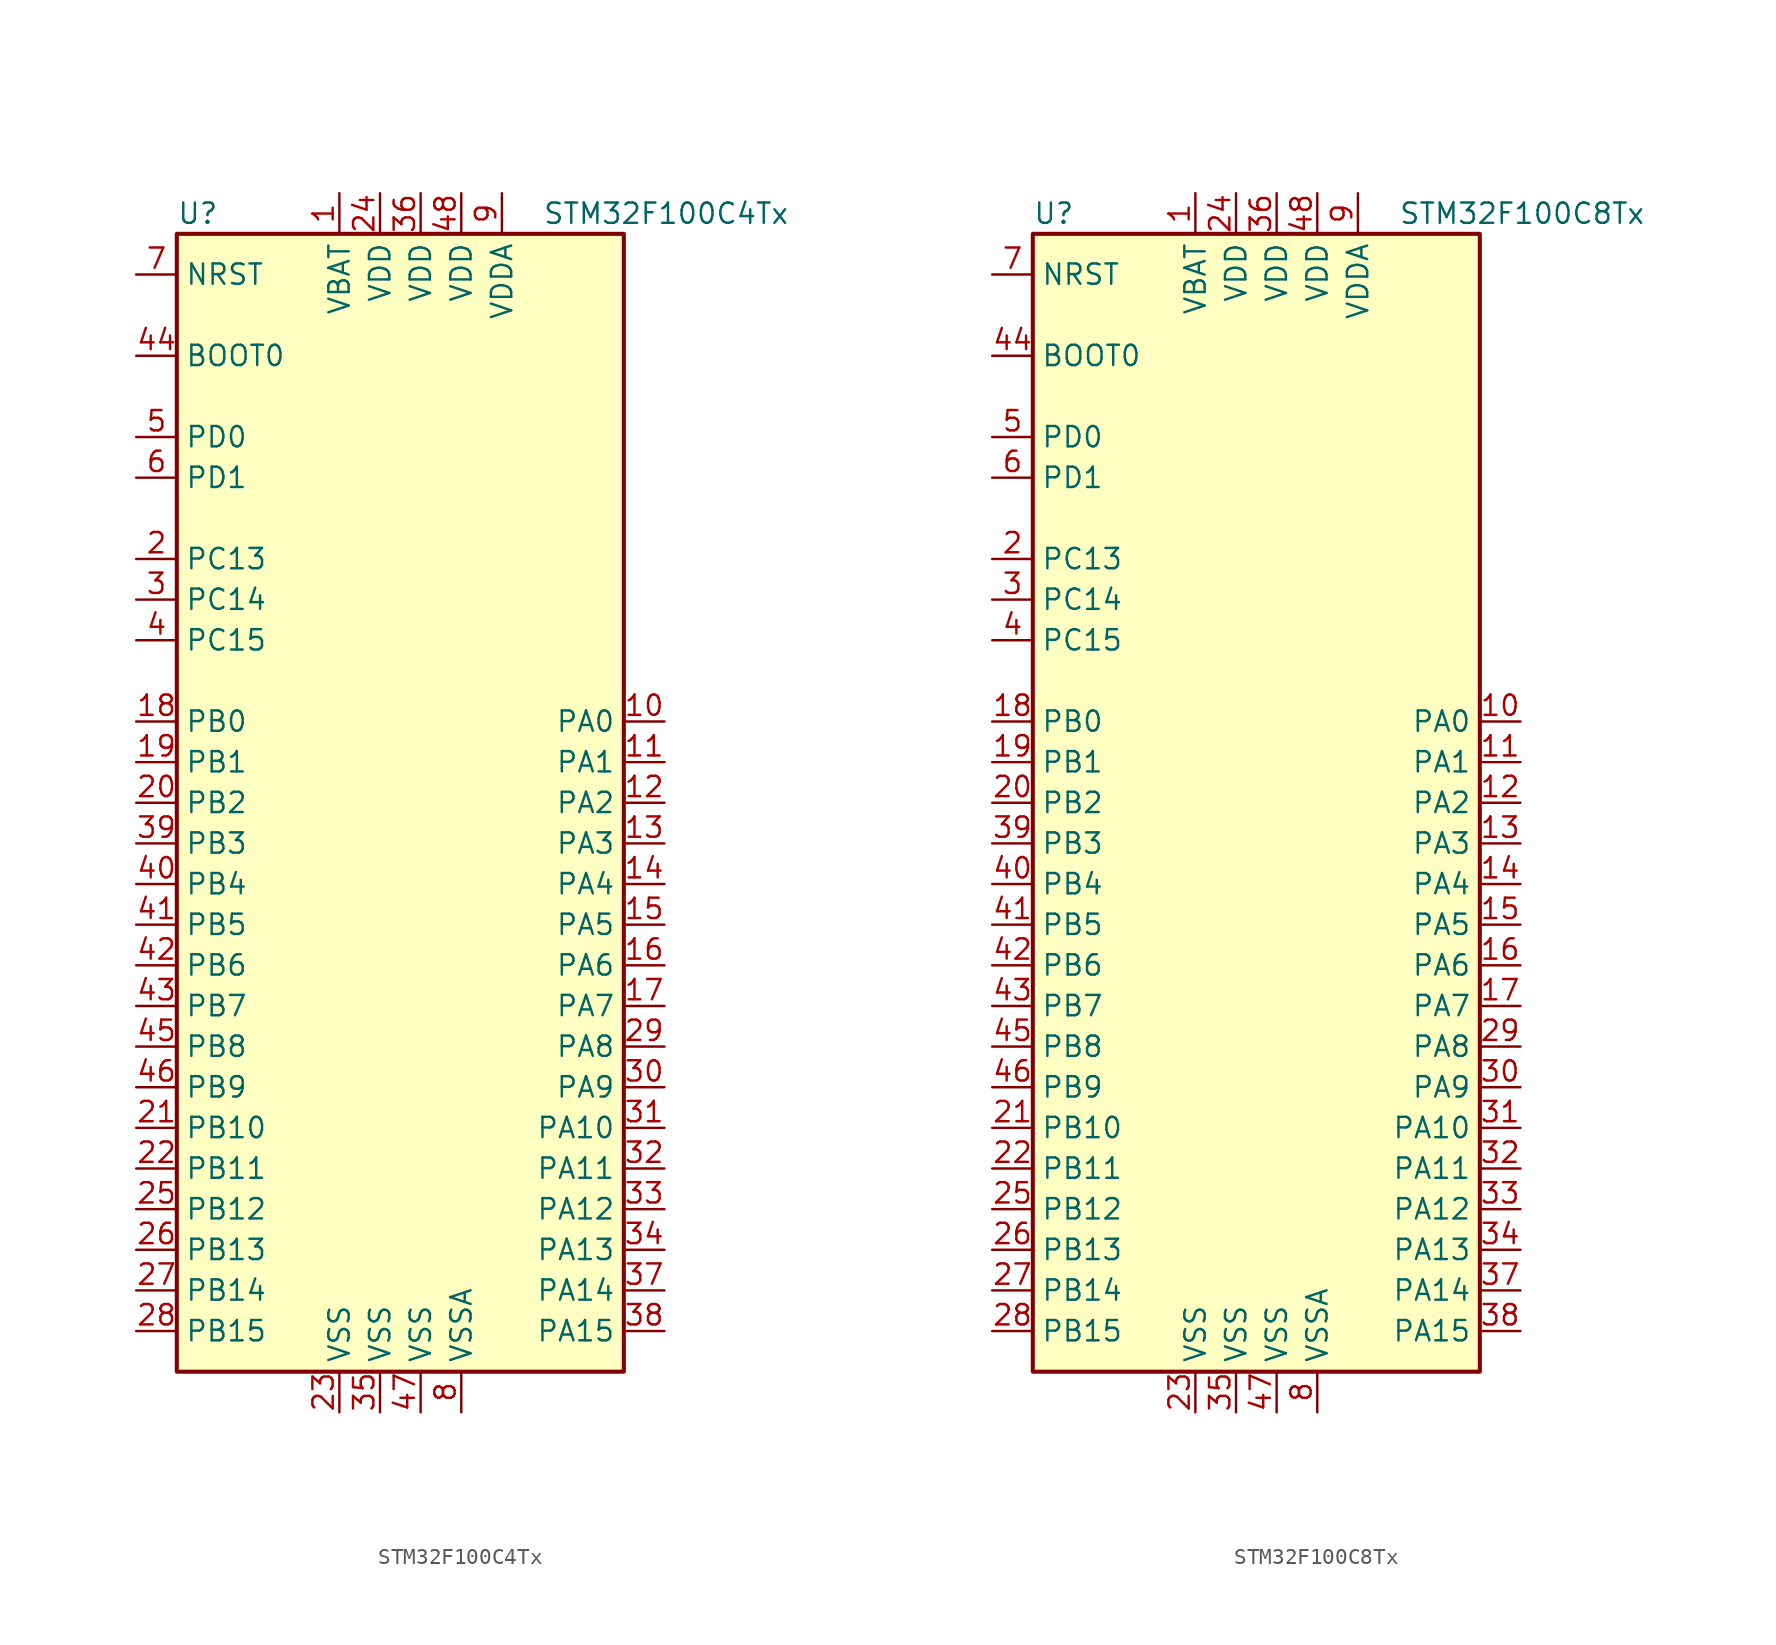
<source format=kicad_sym>
(kicad_symbol_lib
  (version 20211014)
  (generator kicad_symbol_editor)
  (symbol "STM32F100C4Tx"
    (property "Reference" "U"
      (at -15.24 36.83 0)
      (effects (font (size 1.27 1.27)) (justify left)))
    (property "Value" "STM32F100C4Tx"
      (at 7.62 36.83 0)
      (effects (font (size 1.27 1.27)) (justify left)))
    (symbol "STM32F100C4Tx_0_1"
      (rectangle (start -15.24 -35.56) (end 12.7 35.56) (stroke (width 0.254) (type default) (color 0 0 0 0)) (fill (type background))))
    (symbol "STM32F100C4Tx_1_1"
      (pin power_in line (at -5.08 38.1 270) (length 2.54) (name "VBAT" (effects (font (size 1.27 1.27)))) (number "1" (effects (font (size 1.27 1.27)))))
      (pin bidirectional line (at 15.24 5.08 180) (length 2.54) (name "PA0" (effects (font (size 1.27 1.27)))) (number "10" (effects (font (size 1.27 1.27)))))
      (pin bidirectional line (at 15.24 2.54 180) (length 2.54) (name "PA1" (effects (font (size 1.27 1.27)))) (number "11" (effects (font (size 1.27 1.27)))))
      (pin bidirectional line (at 15.24 0 180) (length 2.54) (name "PA2" (effects (font (size 1.27 1.27)))) (number "12" (effects (font (size 1.27 1.27)))))
      (pin bidirectional line (at 15.24 -2.54 180) (length 2.54) (name "PA3" (effects (font (size 1.27 1.27)))) (number "13" (effects (font (size 1.27 1.27)))))
      (pin bidirectional line (at 15.24 -5.08 180) (length 2.54) (name "PA4" (effects (font (size 1.27 1.27)))) (number "14" (effects (font (size 1.27 1.27)))))
      (pin bidirectional line (at 15.24 -7.62 180) (length 2.54) (name "PA5" (effects (font (size 1.27 1.27)))) (number "15" (effects (font (size 1.27 1.27)))))
      (pin bidirectional line (at 15.24 -10.16 180) (length 2.54) (name "PA6" (effects (font (size 1.27 1.27)))) (number "16" (effects (font (size 1.27 1.27)))))
      (pin bidirectional line (at 15.24 -12.7 180) (length 2.54) (name "PA7" (effects (font (size 1.27 1.27)))) (number "17" (effects (font (size 1.27 1.27)))))
      (pin bidirectional line (at -17.78 5.08 0) (length 2.54) (name "PB0" (effects (font (size 1.27 1.27)))) (number "18" (effects (font (size 1.27 1.27)))))
      (pin bidirectional line (at -17.78 2.54 0) (length 2.54) (name "PB1" (effects (font (size 1.27 1.27)))) (number "19" (effects (font (size 1.27 1.27)))))
      (pin bidirectional line (at -17.78 15.24 0) (length 2.54) (name "PC13" (effects (font (size 1.27 1.27)))) (number "2" (effects (font (size 1.27 1.27)))))
      (pin bidirectional line (at -17.78 0 0) (length 2.54) (name "PB2" (effects (font (size 1.27 1.27)))) (number "20" (effects (font (size 1.27 1.27)))))
      (pin bidirectional line (at -17.78 -20.32 0) (length 2.54) (name "PB10" (effects (font (size 1.27 1.27)))) (number "21" (effects (font (size 1.27 1.27)))))
      (pin bidirectional line (at -17.78 -22.86 0) (length 2.54) (name "PB11" (effects (font (size 1.27 1.27)))) (number "22" (effects (font (size 1.27 1.27)))))
      (pin power_in line (at -5.08 -38.1 90) (length 2.54) (name "VSS" (effects (font (size 1.27 1.27)))) (number "23" (effects (font (size 1.27 1.27)))))
      (pin power_in line (at -2.54 38.1 270) (length 2.54) (name "VDD" (effects (font (size 1.27 1.27)))) (number "24" (effects (font (size 1.27 1.27)))))
      (pin bidirectional line (at -17.78 -25.4 0) (length 2.54) (name "PB12" (effects (font (size 1.27 1.27)))) (number "25" (effects (font (size 1.27 1.27)))))
      (pin bidirectional line (at -17.78 -27.94 0) (length 2.54) (name "PB13" (effects (font (size 1.27 1.27)))) (number "26" (effects (font (size 1.27 1.27)))))
      (pin bidirectional line (at -17.78 -30.48 0) (length 2.54) (name "PB14" (effects (font (size 1.27 1.27)))) (number "27" (effects (font (size 1.27 1.27)))))
      (pin bidirectional line (at -17.78 -33.02 0) (length 2.54) (name "PB15" (effects (font (size 1.27 1.27)))) (number "28" (effects (font (size 1.27 1.27)))))
      (pin bidirectional line (at 15.24 -15.24 180) (length 2.54) (name "PA8" (effects (font (size 1.27 1.27)))) (number "29" (effects (font (size 1.27 1.27)))))
      (pin bidirectional line (at -17.78 12.7 0) (length 2.54) (name "PC14" (effects (font (size 1.27 1.27)))) (number "3" (effects (font (size 1.27 1.27)))))
      (pin bidirectional line (at 15.24 -17.78 180) (length 2.54) (name "PA9" (effects (font (size 1.27 1.27)))) (number "30" (effects (font (size 1.27 1.27)))))
      (pin bidirectional line (at 15.24 -20.32 180) (length 2.54) (name "PA10" (effects (font (size 1.27 1.27)))) (number "31" (effects (font (size 1.27 1.27)))))
      (pin bidirectional line (at 15.24 -22.86 180) (length 2.54) (name "PA11" (effects (font (size 1.27 1.27)))) (number "32" (effects (font (size 1.27 1.27)))))
      (pin bidirectional line (at 15.24 -25.4 180) (length 2.54) (name "PA12" (effects (font (size 1.27 1.27)))) (number "33" (effects (font (size 1.27 1.27)))))
      (pin bidirectional line (at 15.24 -27.94 180) (length 2.54) (name "PA13" (effects (font (size 1.27 1.27)))) (number "34" (effects (font (size 1.27 1.27)))))
      (pin power_in line (at -2.54 -38.1 90) (length 2.54) (name "VSS" (effects (font (size 1.27 1.27)))) (number "35" (effects (font (size 1.27 1.27)))))
      (pin power_in line (at 0 38.1 270) (length 2.54) (name "VDD" (effects (font (size 1.27 1.27)))) (number "36" (effects (font (size 1.27 1.27)))))
      (pin bidirectional line (at 15.24 -30.48 180) (length 2.54) (name "PA14" (effects (font (size 1.27 1.27)))) (number "37" (effects (font (size 1.27 1.27)))))
      (pin bidirectional line (at 15.24 -33.02 180) (length 2.54) (name "PA15" (effects (font (size 1.27 1.27)))) (number "38" (effects (font (size 1.27 1.27)))))
      (pin bidirectional line (at -17.78 -2.54 0) (length 2.54) (name "PB3" (effects (font (size 1.27 1.27)))) (number "39" (effects (font (size 1.27 1.27)))))
      (pin bidirectional line (at -17.78 10.16 0) (length 2.54) (name "PC15" (effects (font (size 1.27 1.27)))) (number "4" (effects (font (size 1.27 1.27)))))
      (pin bidirectional line (at -17.78 -5.08 0) (length 2.54) (name "PB4" (effects (font (size 1.27 1.27)))) (number "40" (effects (font (size 1.27 1.27)))))
      (pin bidirectional line (at -17.78 -7.62 0) (length 2.54) (name "PB5" (effects (font (size 1.27 1.27)))) (number "41" (effects (font (size 1.27 1.27)))))
      (pin bidirectional line (at -17.78 -10.16 0) (length 2.54) (name "PB6" (effects (font (size 1.27 1.27)))) (number "42" (effects (font (size 1.27 1.27)))))
      (pin bidirectional line (at -17.78 -12.7 0) (length 2.54) (name "PB7" (effects (font (size 1.27 1.27)))) (number "43" (effects (font (size 1.27 1.27)))))
      (pin input line (at -17.78 27.94 0) (length 2.54) (name "BOOT0" (effects (font (size 1.27 1.27)))) (number "44" (effects (font (size 1.27 1.27)))))
      (pin bidirectional line (at -17.78 -15.24 0) (length 2.54) (name "PB8" (effects (font (size 1.27 1.27)))) (number "45" (effects (font (size 1.27 1.27)))))
      (pin bidirectional line (at -17.78 -17.78 0) (length 2.54) (name "PB9" (effects (font (size 1.27 1.27)))) (number "46" (effects (font (size 1.27 1.27)))))
      (pin power_in line (at 0 -38.1 90) (length 2.54) (name "VSS" (effects (font (size 1.27 1.27)))) (number "47" (effects (font (size 1.27 1.27)))))
      (pin power_in line (at 2.54 38.1 270) (length 2.54) (name "VDD" (effects (font (size 1.27 1.27)))) (number "48" (effects (font (size 1.27 1.27)))))
      (pin input line (at -17.78 22.86 0) (length 2.54) (name "PD0" (effects (font (size 1.27 1.27)))) (number "5" (effects (font (size 1.27 1.27)))))
      (pin input line (at -17.78 20.32 0) (length 2.54) (name "PD1" (effects (font (size 1.27 1.27)))) (number "6" (effects (font (size 1.27 1.27)))))
      (pin input line (at -17.78 33.02 0) (length 2.54) (name "NRST" (effects (font (size 1.27 1.27)))) (number "7" (effects (font (size 1.27 1.27)))))
      (pin power_in line (at 2.54 -38.1 90) (length 2.54) (name "VSSA" (effects (font (size 1.27 1.27)))) (number "8" (effects (font (size 1.27 1.27)))))
      (pin power_in line (at 5.08 38.1 270) (length 2.54) (name "VDDA" (effects (font (size 1.27 1.27)))) (number "9" (effects (font (size 1.27 1.27)))))))
  (symbol "STM32F100C8Tx"
    (property "Reference" "U"
      (at -15.24 36.83 0)
      (effects (font (size 1.27 1.27)) (justify left)))
    (property "Value" "STM32F100C8Tx"
      (at 7.62 36.83 0)
      (effects (font (size 1.27 1.27)) (justify left)))
    (symbol "STM32F100C8Tx_0_1"
      (rectangle (start -15.24 -35.56) (end 12.7 35.56) (stroke (width 0.254) (type default) (color 0 0 0 0)) (fill (type background))))
    (symbol "STM32F100C8Tx_1_1"
      (pin power_in line (at -5.08 38.1 270) (length 2.54) (name "VBAT" (effects (font (size 1.27 1.27)))) (number "1" (effects (font (size 1.27 1.27)))))
      (pin bidirectional line (at 15.24 5.08 180) (length 2.54) (name "PA0" (effects (font (size 1.27 1.27)))) (number "10" (effects (font (size 1.27 1.27)))))
      (pin bidirectional line (at 15.24 2.54 180) (length 2.54) (name "PA1" (effects (font (size 1.27 1.27)))) (number "11" (effects (font (size 1.27 1.27)))))
      (pin bidirectional line (at 15.24 0 180) (length 2.54) (name "PA2" (effects (font (size 1.27 1.27)))) (number "12" (effects (font (size 1.27 1.27)))))
      (pin bidirectional line (at 15.24 -2.54 180) (length 2.54) (name "PA3" (effects (font (size 1.27 1.27)))) (number "13" (effects (font (size 1.27 1.27)))))
      (pin bidirectional line (at 15.24 -5.08 180) (length 2.54) (name "PA4" (effects (font (size 1.27 1.27)))) (number "14" (effects (font (size 1.27 1.27)))))
      (pin bidirectional line (at 15.24 -7.62 180) (length 2.54) (name "PA5" (effects (font (size 1.27 1.27)))) (number "15" (effects (font (size 1.27 1.27)))))
      (pin bidirectional line (at 15.24 -10.16 180) (length 2.54) (name "PA6" (effects (font (size 1.27 1.27)))) (number "16" (effects (font (size 1.27 1.27)))))
      (pin bidirectional line (at 15.24 -12.7 180) (length 2.54) (name "PA7" (effects (font (size 1.27 1.27)))) (number "17" (effects (font (size 1.27 1.27)))))
      (pin bidirectional line (at -17.78 5.08 0) (length 2.54) (name "PB0" (effects (font (size 1.27 1.27)))) (number "18" (effects (font (size 1.27 1.27)))))
      (pin bidirectional line (at -17.78 2.54 0) (length 2.54) (name "PB1" (effects (font (size 1.27 1.27)))) (number "19" (effects (font (size 1.27 1.27)))))
      (pin bidirectional line (at -17.78 15.24 0) (length 2.54) (name "PC13" (effects (font (size 1.27 1.27)))) (number "2" (effects (font (size 1.27 1.27)))))
      (pin bidirectional line (at -17.78 0 0) (length 2.54) (name "PB2" (effects (font (size 1.27 1.27)))) (number "20" (effects (font (size 1.27 1.27)))))
      (pin bidirectional line (at -17.78 -20.32 0) (length 2.54) (name "PB10" (effects (font (size 1.27 1.27)))) (number "21" (effects (font (size 1.27 1.27)))))
      (pin bidirectional line (at -17.78 -22.86 0) (length 2.54) (name "PB11" (effects (font (size 1.27 1.27)))) (number "22" (effects (font (size 1.27 1.27)))))
      (pin power_in line (at -5.08 -38.1 90) (length 2.54) (name "VSS" (effects (font (size 1.27 1.27)))) (number "23" (effects (font (size 1.27 1.27)))))
      (pin power_in line (at -2.54 38.1 270) (length 2.54) (name "VDD" (effects (font (size 1.27 1.27)))) (number "24" (effects (font (size 1.27 1.27)))))
      (pin bidirectional line (at -17.78 -25.4 0) (length 2.54) (name "PB12" (effects (font (size 1.27 1.27)))) (number "25" (effects (font (size 1.27 1.27)))))
      (pin bidirectional line (at -17.78 -27.94 0) (length 2.54) (name "PB13" (effects (font (size 1.27 1.27)))) (number "26" (effects (font (size 1.27 1.27)))))
      (pin bidirectional line (at -17.78 -30.48 0) (length 2.54) (name "PB14" (effects (font (size 1.27 1.27)))) (number "27" (effects (font (size 1.27 1.27)))))
      (pin bidirectional line (at -17.78 -33.02 0) (length 2.54) (name "PB15" (effects (font (size 1.27 1.27)))) (number "28" (effects (font (size 1.27 1.27)))))
      (pin bidirectional line (at 15.24 -15.24 180) (length 2.54) (name "PA8" (effects (font (size 1.27 1.27)))) (number "29" (effects (font (size 1.27 1.27)))))
      (pin bidirectional line (at -17.78 12.7 0) (length 2.54) (name "PC14" (effects (font (size 1.27 1.27)))) (number "3" (effects (font (size 1.27 1.27)))))
      (pin bidirectional line (at 15.24 -17.78 180) (length 2.54) (name "PA9" (effects (font (size 1.27 1.27)))) (number "30" (effects (font (size 1.27 1.27)))))
      (pin bidirectional line (at 15.24 -20.32 180) (length 2.54) (name "PA10" (effects (font (size 1.27 1.27)))) (number "31" (effects (font (size 1.27 1.27)))))
      (pin bidirectional line (at 15.24 -22.86 180) (length 2.54) (name "PA11" (effects (font (size 1.27 1.27)))) (number "32" (effects (font (size 1.27 1.27)))))
      (pin bidirectional line (at 15.24 -25.4 180) (length 2.54) (name "PA12" (effects (font (size 1.27 1.27)))) (number "33" (effects (font (size 1.27 1.27)))))
      (pin bidirectional line (at 15.24 -27.94 180) (length 2.54) (name "PA13" (effects (font (size 1.27 1.27)))) (number "34" (effects (font (size 1.27 1.27)))))
      (pin power_in line (at -2.54 -38.1 90) (length 2.54) (name "VSS" (effects (font (size 1.27 1.27)))) (number "35" (effects (font (size 1.27 1.27)))))
      (pin power_in line (at 0 38.1 270) (length 2.54) (name "VDD" (effects (font (size 1.27 1.27)))) (number "36" (effects (font (size 1.27 1.27)))))
      (pin bidirectional line (at 15.24 -30.48 180) (length 2.54) (name "PA14" (effects (font (size 1.27 1.27)))) (number "37" (effects (font (size 1.27 1.27)))))
      (pin bidirectional line (at 15.24 -33.02 180) (length 2.54) (name "PA15" (effects (font (size 1.27 1.27)))) (number "38" (effects (font (size 1.27 1.27)))))
      (pin bidirectional line (at -17.78 -2.54 0) (length 2.54) (name "PB3" (effects (font (size 1.27 1.27)))) (number "39" (effects (font (size 1.27 1.27)))))
      (pin bidirectional line (at -17.78 10.16 0) (length 2.54) (name "PC15" (effects (font (size 1.27 1.27)))) (number "4" (effects (font (size 1.27 1.27)))))
      (pin bidirectional line (at -17.78 -5.08 0) (length 2.54) (name "PB4" (effects (font (size 1.27 1.27)))) (number "40" (effects (font (size 1.27 1.27)))))
      (pin bidirectional line (at -17.78 -7.62 0) (length 2.54) (name "PB5" (effects (font (size 1.27 1.27)))) (number "41" (effects (font (size 1.27 1.27)))))
      (pin bidirectional line (at -17.78 -10.16 0) (length 2.54) (name "PB6" (effects (font (size 1.27 1.27)))) (number "42" (effects (font (size 1.27 1.27)))))
      (pin bidirectional line (at -17.78 -12.7 0) (length 2.54) (name "PB7" (effects (font (size 1.27 1.27)))) (number "43" (effects (font (size 1.27 1.27)))))
      (pin input line (at -17.78 27.94 0) (length 2.54) (name "BOOT0" (effects (font (size 1.27 1.27)))) (number "44" (effects (font (size 1.27 1.27)))))
      (pin bidirectional line (at -17.78 -15.24 0) (length 2.54) (name "PB8" (effects (font (size 1.27 1.27)))) (number "45" (effects (font (size 1.27 1.27)))))
      (pin bidirectional line (at -17.78 -17.78 0) (length 2.54) (name "PB9" (effects (font (size 1.27 1.27)))) (number "46" (effects (font (size 1.27 1.27)))))
      (pin power_in line (at 0 -38.1 90) (length 2.54) (name "VSS" (effects (font (size 1.27 1.27)))) (number "47" (effects (font (size 1.27 1.27)))))
      (pin power_in line (at 2.54 38.1 270) (length 2.54) (name "VDD" (effects (font (size 1.27 1.27)))) (number "48" (effects (font (size 1.27 1.27)))))
      (pin input line (at -17.78 22.86 0) (length 2.54) (name "PD0" (effects (font (size 1.27 1.27)))) (number "5" (effects (font (size 1.27 1.27)))))
      (pin input line (at -17.78 20.32 0) (length 2.54) (name "PD1" (effects (font (size 1.27 1.27)))) (number "6" (effects (font (size 1.27 1.27)))))
      (pin input line (at -17.78 33.02 0) (length 2.54) (name "NRST" (effects (font (size 1.27 1.27)))) (number "7" (effects (font (size 1.27 1.27)))))
      (pin power_in line (at 2.54 -38.1 90) (length 2.54) (name "VSSA" (effects (font (size 1.27 1.27)))) (number "8" (effects (font (size 1.27 1.27)))))
      (pin power_in line (at 5.08 38.1 270) (length 2.54) (name "VDDA" (effects (font (size 1.27 1.27)))) (number "9" (effects (font (size 1.27 1.27))))))))
</source>
